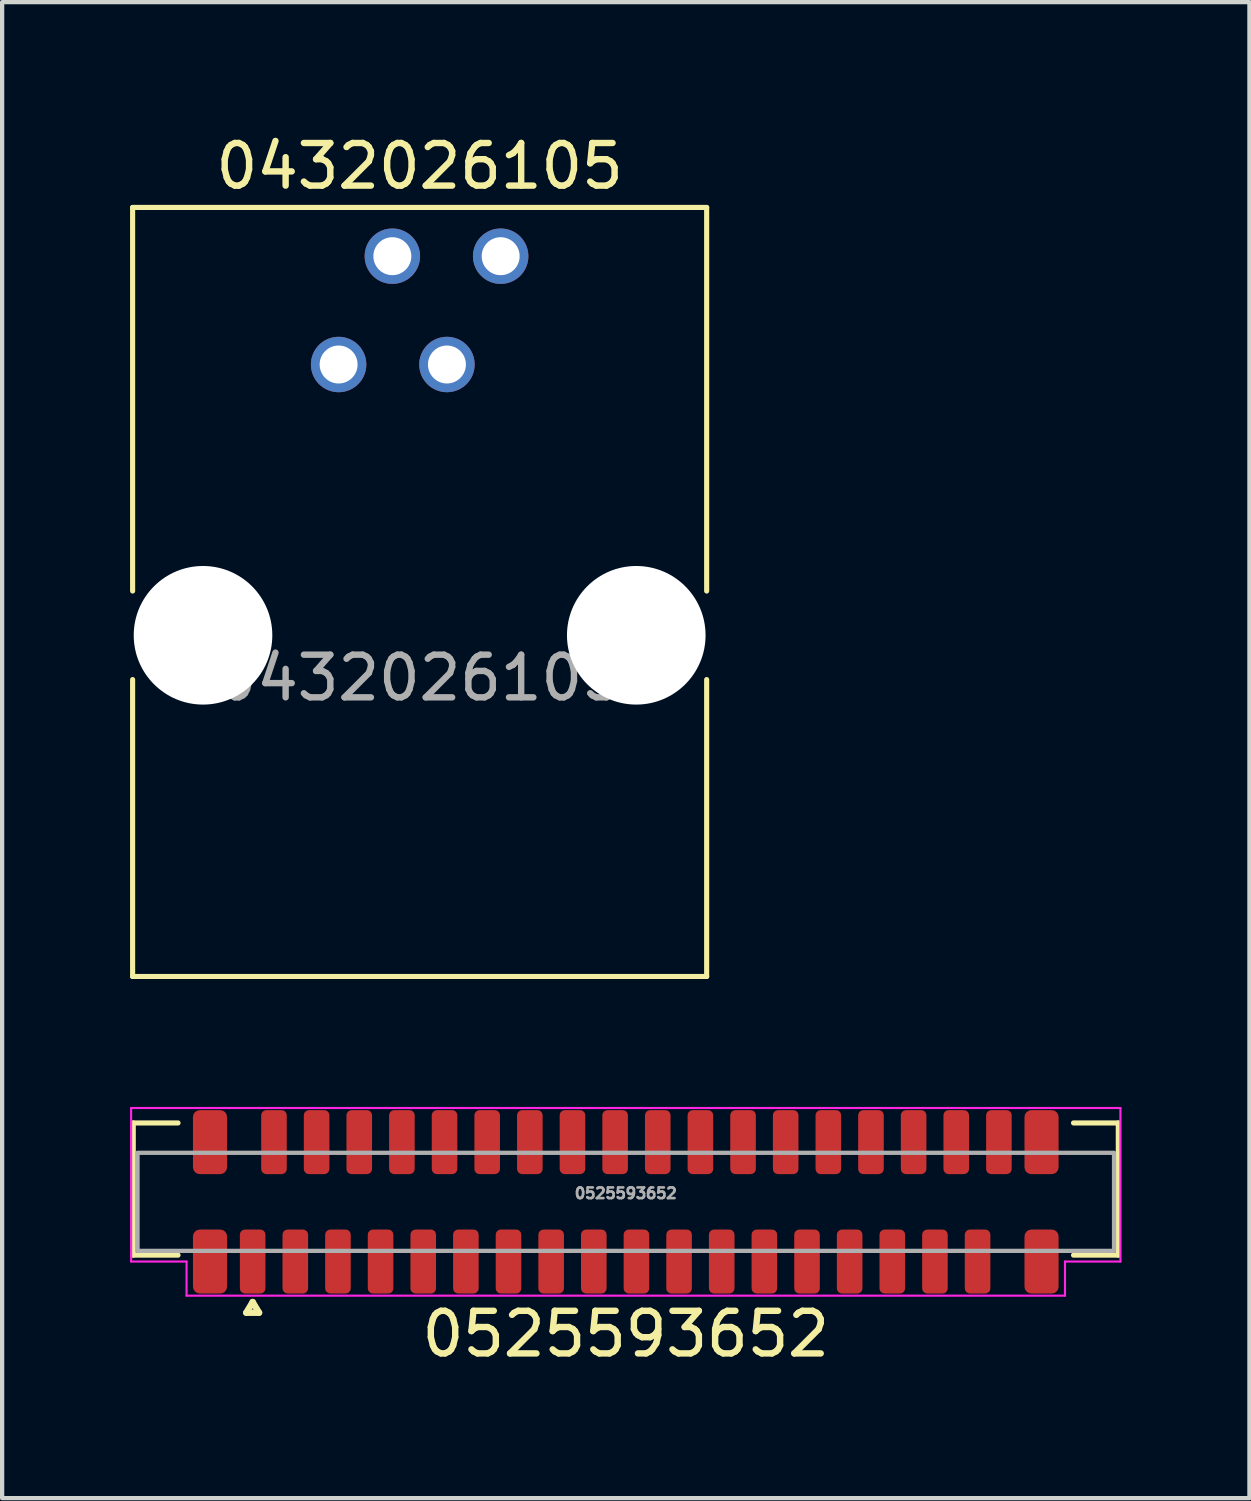
<source format=kicad_pcb>
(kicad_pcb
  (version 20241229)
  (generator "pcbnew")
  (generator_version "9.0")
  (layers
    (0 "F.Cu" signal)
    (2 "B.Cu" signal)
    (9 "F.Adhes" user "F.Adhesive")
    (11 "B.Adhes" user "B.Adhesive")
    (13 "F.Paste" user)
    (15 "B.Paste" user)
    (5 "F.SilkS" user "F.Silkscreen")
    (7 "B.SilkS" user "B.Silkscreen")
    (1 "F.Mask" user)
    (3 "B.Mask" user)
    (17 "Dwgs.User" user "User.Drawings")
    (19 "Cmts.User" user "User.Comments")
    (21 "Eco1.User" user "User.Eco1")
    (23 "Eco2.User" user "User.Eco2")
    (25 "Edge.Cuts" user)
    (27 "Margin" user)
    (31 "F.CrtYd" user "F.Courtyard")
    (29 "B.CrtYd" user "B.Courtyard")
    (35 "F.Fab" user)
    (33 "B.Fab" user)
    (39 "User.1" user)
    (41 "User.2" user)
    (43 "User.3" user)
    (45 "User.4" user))
  (footprint "0432026105"
    (layer "F.Cu")
    (at 6.791 11.848)
    (property "Reference" "0432026105" (at 0 -11 0) (unlocked yes) (layer "F.SilkS") (effects (font (size 1 1) (thickness 0.15))))
    (attr through_hole)
    (fp_line (start -6.731 -10.033) (end 6.731 -10.033) (stroke (width 0.12) (type default)) (layer "F.SilkS"))
    (fp_line (start -6.731 -1.038) (end -6.731 -10.033) (stroke (width 0.12) (type default)) (layer "F.SilkS"))
    (fp_line (start -6.731 1.038) (end -6.731 8.001) (stroke (width 0.12) (type default)) (layer "F.SilkS"))
    (fp_line (start -6.731 8.001) (end 6.731 8.001) (stroke (width 0.12) (type default)) (layer "F.SilkS"))
    (fp_line (start 6.731 -1.038) (end 6.731 -10.033) (stroke (width 0.12) (type default)) (layer "F.SilkS"))
    (fp_line (start 6.731 1.038) (end 6.731 8.001) (stroke (width 0.12) (type default)) (layer "F.SilkS"))
    (fp_text user "${REFERENCE}" (at 0 1 0) (unlocked yes) (layer "F.Fab") (effects (font (size 1 1) (thickness 0.15))))
    (pad "" np_thru_hole circle (at -5.08 0) (size 3.25 3.25) (drill 3.25) (layers "*.Cu" "*.Mask"))
    (pad "" np_thru_hole circle (at 5.08 0) (size 3.25 3.25) (drill 3.25) (layers "*.Cu" "*.Mask"))
    (pad "1" thru_hole circle (at -1.9 -6.35) (size 1.3 1.3) (drill 0.89) (layers "*.Cu" "*.Mask"))
    (pad "2" thru_hole circle (at -0.64 -8.89) (size 1.3 1.3) (drill 0.89) (layers "*.Cu" "*.Mask"))
    (pad "3" thru_hole circle (at 0.64 -6.35) (size 1.3 1.3) (drill 0.89) (layers "*.Cu" "*.Mask"))
    (pad "4" thru_hole circle (at 1.9 -8.89) (size 1.3 1.3) (drill 0.89) (layers "*.Cu" "*.Mask")))
  (footprint "0525593652"
    (layer "F.Cu")
    (at 11.625 25.134)
    (property "Reference" "0525593652" (at 0 3.1 0) (unlocked yes) (layer "F.SilkS") (effects (font (size 1 1) (thickness 0.15))))
    (attr smd)
    (fp_line (start -11.55 -1.85) (end -10.5 -1.85) (stroke (width 0.12) (type solid)) (layer "F.SilkS"))
    (fp_line (start -11.55 1.25) (end -11.55 -1.85) (stroke (width 0.12) (type solid)) (layer "F.SilkS"))
    (fp_line (start -10.5 1.25) (end -11.55 1.25) (stroke (width 0.12) (type solid)) (layer "F.SilkS"))
    (fp_line (start -8.9 2.6) (end -8.6 2.6) (stroke (width 0.15) (type solid)) (layer "F.SilkS"))
    (fp_line (start -8.75 2.35) (end -8.9 2.6) (stroke (width 0.15) (type solid)) (layer "F.SilkS"))
    (fp_line (start -8.6 2.6) (end -8.75 2.35) (stroke (width 0.15) (type solid)) (layer "F.SilkS"))
    (fp_line (start 10.5 1.25) (end 11.55 1.25) (stroke (width 0.12) (type solid)) (layer "F.SilkS"))
    (fp_line (start 11.55 -1.85) (end 10.5 -1.85) (stroke (width 0.12) (type solid)) (layer "F.SilkS"))
    (fp_line (start 11.55 1.25) (end 11.55 -1.85) (stroke (width 0.12) (type solid)) (layer "F.SilkS"))
    (fp_line (start -11.6 -2.2) (end 11.6 -2.2) (stroke (width 0.05) (type solid)) (layer "F.CrtYd"))
    (fp_line (start -11.6 1.4) (end -11.6 -2.2) (stroke (width 0.05) (type solid)) (layer "F.CrtYd"))
    (fp_line (start -10.3 1.4) (end -11.6 1.4) (stroke (width 0.05) (type solid)) (layer "F.CrtYd"))
    (fp_line (start -10.3 2.2) (end -10.3 1.4) (stroke (width 0.05) (type solid)) (layer "F.CrtYd"))
    (fp_line (start 10.3 1.4) (end 10.3 2.2) (stroke (width 0.05) (type solid)) (layer "F.CrtYd"))
    (fp_line (start 10.3 2.2) (end -10.3 2.2) (stroke (width 0.05) (type solid)) (layer "F.CrtYd"))
    (fp_line (start 11.6 -2.2) (end 11.6 1.4) (stroke (width 0.05) (type solid)) (layer "F.CrtYd"))
    (fp_line (start 11.6 1.4) (end 10.3 1.4) (stroke (width 0.05) (type solid)) (layer "F.CrtYd"))
    (fp_rect (start -11.45 -1.15) (end 11.45 1.15) (stroke (width 0.1) (type solid)) (fill no) (layer "F.Fab"))
    (fp_text user "${REFERENCE}" (at 0 -0.2 0) (unlocked yes) (layer "F.Fab") (effects (font (size 0.25 0.25) (thickness 0.062))))
    (pad "1" smd roundrect (at -8.75 1.4) (size 0.6 1.5) (layers "F.Cu" "F.Mask" "F.Paste") (roundrect_rratio 0.2))
    (pad "2" smd roundrect (at -8.25 -1.4) (size 0.6 1.5) (layers "F.Cu" "F.Mask" "F.Paste") (roundrect_rratio 0.2))
    (pad "3" smd roundrect (at -7.75 1.4) (size 0.6 1.5) (layers "F.Cu" "F.Mask" "F.Paste") (roundrect_rratio 0.2))
    (pad "4" smd roundrect (at -7.25 -1.4) (size 0.6 1.5) (layers "F.Cu" "F.Mask" "F.Paste") (roundrect_rratio 0.2))
    (pad "5" smd roundrect (at -6.75 1.4) (size 0.6 1.5) (layers "F.Cu" "F.Mask" "F.Paste") (roundrect_rratio 0.2))
    (pad "6" smd roundrect (at -6.25 -1.4) (size 0.6 1.5) (layers "F.Cu" "F.Mask" "F.Paste") (roundrect_rratio 0.2))
    (pad "7" smd roundrect (at -5.75 1.4) (size 0.6 1.5) (layers "F.Cu" "F.Mask" "F.Paste") (roundrect_rratio 0.2))
    (pad "8" smd roundrect (at -5.25 -1.4) (size 0.6 1.5) (layers "F.Cu" "F.Mask" "F.Paste") (roundrect_rratio 0.2))
    (pad "9" smd roundrect (at -4.75 1.4) (size 0.6 1.5) (layers "F.Cu" "F.Mask" "F.Paste") (roundrect_rratio 0.2))
    (pad "10" smd roundrect (at -4.25 -1.4) (size 0.6 1.5) (layers "F.Cu" "F.Mask" "F.Paste") (roundrect_rratio 0.2))
    (pad "11" smd roundrect (at -3.75 1.4) (size 0.6 1.5) (layers "F.Cu" "F.Mask" "F.Paste") (roundrect_rratio 0.2))
    (pad "12" smd roundrect (at -3.25 -1.4) (size 0.6 1.5) (layers "F.Cu" "F.Mask" "F.Paste") (roundrect_rratio 0.2))
    (pad "13" smd roundrect (at -2.75 1.4) (size 0.6 1.5) (layers "F.Cu" "F.Mask" "F.Paste") (roundrect_rratio 0.2))
    (pad "14" smd roundrect (at -2.25 -1.4) (size 0.6 1.5) (layers "F.Cu" "F.Mask" "F.Paste") (roundrect_rratio 0.2))
    (pad "15" smd roundrect (at -1.75 1.4) (size 0.6 1.5) (layers "F.Cu" "F.Mask" "F.Paste") (roundrect_rratio 0.2))
    (pad "16" smd roundrect (at -1.25 -1.4) (size 0.6 1.5) (layers "F.Cu" "F.Mask" "F.Paste") (roundrect_rratio 0.2))
    (pad "17" smd roundrect (at -0.75 1.4) (size 0.6 1.5) (layers "F.Cu" "F.Mask" "F.Paste") (roundrect_rratio 0.2))
    (pad "18" smd roundrect (at -0.25 -1.4) (size 0.6 1.5) (layers "F.Cu" "F.Mask" "F.Paste") (roundrect_rratio 0.2))
    (pad "19" smd roundrect (at 0.25 1.4) (size 0.6 1.5) (layers "F.Cu" "F.Mask" "F.Paste") (roundrect_rratio 0.2))
    (pad "20" smd roundrect (at 0.75 -1.4) (size 0.6 1.5) (layers "F.Cu" "F.Mask" "F.Paste") (roundrect_rratio 0.2))
    (pad "21" smd roundrect (at 1.25 1.4) (size 0.6 1.5) (layers "F.Cu" "F.Mask" "F.Paste") (roundrect_rratio 0.2))
    (pad "22" smd roundrect (at 1.75 -1.4) (size 0.6 1.5) (layers "F.Cu" "F.Mask" "F.Paste") (roundrect_rratio 0.2))
    (pad "23" smd roundrect (at 2.25 1.4) (size 0.6 1.5) (layers "F.Cu" "F.Mask" "F.Paste") (roundrect_rratio 0.2))
    (pad "24" smd roundrect (at 2.75 -1.4) (size 0.6 1.5) (layers "F.Cu" "F.Mask" "F.Paste") (roundrect_rratio 0.2))
    (pad "25" smd roundrect (at 3.25 1.4) (size 0.6 1.5) (layers "F.Cu" "F.Mask" "F.Paste") (roundrect_rratio 0.2))
    (pad "26" smd roundrect (at 3.75 -1.4) (size 0.6 1.5) (layers "F.Cu" "F.Mask" "F.Paste") (roundrect_rratio 0.2))
    (pad "27" smd roundrect (at 4.25 1.4) (size 0.6 1.5) (layers "F.Cu" "F.Mask" "F.Paste") (roundrect_rratio 0.2))
    (pad "28" smd roundrect (at 4.75 -1.4) (size 0.6 1.5) (layers "F.Cu" "F.Mask" "F.Paste") (roundrect_rratio 0.2))
    (pad "29" smd roundrect (at 5.25 1.4) (size 0.6 1.5) (layers "F.Cu" "F.Mask" "F.Paste") (roundrect_rratio 0.2))
    (pad "30" smd roundrect (at 5.75 -1.4) (size 0.6 1.5) (layers "F.Cu" "F.Mask" "F.Paste") (roundrect_rratio 0.2))
    (pad "31" smd roundrect (at 6.25 1.4) (size 0.6 1.5) (layers "F.Cu" "F.Mask" "F.Paste") (roundrect_rratio 0.2))
    (pad "32" smd roundrect (at 6.75 -1.4) (size 0.6 1.5) (layers "F.Cu" "F.Mask" "F.Paste") (roundrect_rratio 0.2))
    (pad "33" smd roundrect (at 7.25 1.4) (size 0.6 1.5) (layers "F.Cu" "F.Mask" "F.Paste") (roundrect_rratio 0.2))
    (pad "34" smd roundrect (at 7.75 -1.4) (size 0.6 1.5) (layers "F.Cu" "F.Mask" "F.Paste") (roundrect_rratio 0.2))
    (pad "35" smd roundrect (at 8.25 1.4) (size 0.6 1.5) (layers "F.Cu" "F.Mask" "F.Paste") (roundrect_rratio 0.2))
    (pad "36" smd roundrect (at 8.75 -1.4) (size 0.6 1.5) (layers "F.Cu" "F.Mask" "F.Paste") (roundrect_rratio 0.2))
    (pad "M" smd roundrect (at -9.75 -1.4) (size 0.8 1.5) (layers "F.Cu" "F.Mask" "F.Paste") (roundrect_rratio 0.2))
    (pad "M" smd roundrect (at -9.75 1.4) (size 0.8 1.5) (layers "F.Cu" "F.Mask" "F.Paste") (roundrect_rratio 0.2))
    (pad "M" smd roundrect (at 9.75 -1.4) (size 0.8 1.5) (layers "F.Cu" "F.Mask" "F.Paste") (roundrect_rratio 0.2))
    (pad "M" smd roundrect (at 9.75 1.4) (size 0.8 1.5) (layers "F.Cu" "F.Mask" "F.Paste") (roundrect_rratio 0.2)))
  (gr_rect
    (start -3 -3)
    (end 26.25 32.083)
    (stroke (width 0.1) (type default))
    (fill no)
    (layer "Edge.Cuts")))
</source>
